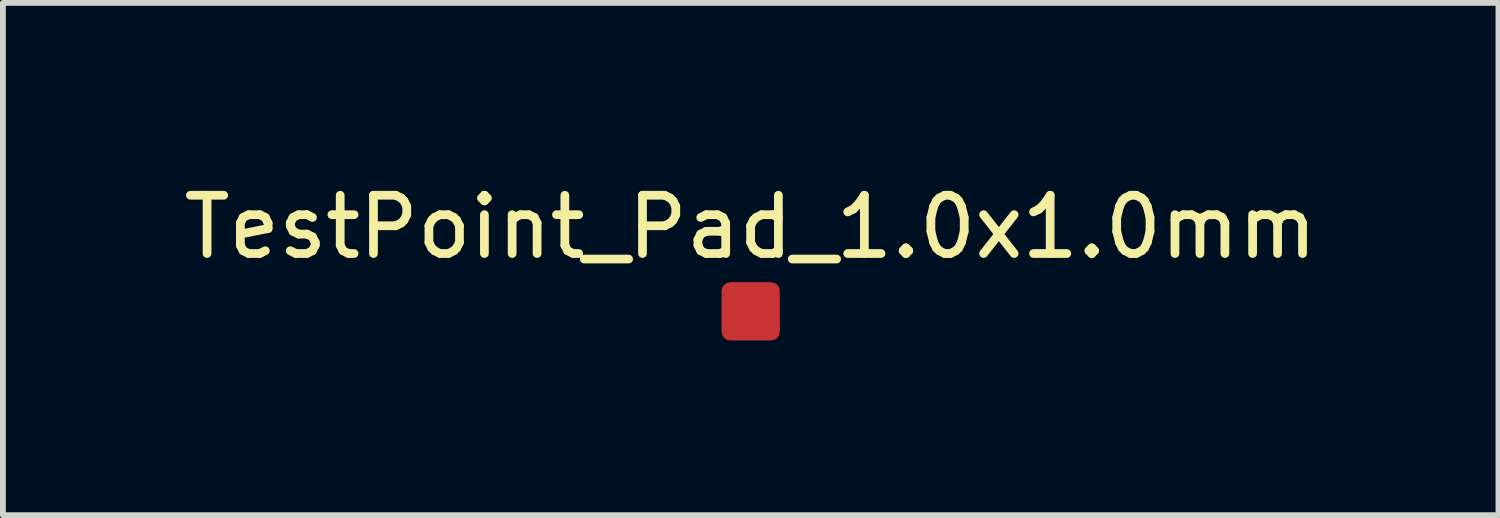
<source format=kicad_pcb>
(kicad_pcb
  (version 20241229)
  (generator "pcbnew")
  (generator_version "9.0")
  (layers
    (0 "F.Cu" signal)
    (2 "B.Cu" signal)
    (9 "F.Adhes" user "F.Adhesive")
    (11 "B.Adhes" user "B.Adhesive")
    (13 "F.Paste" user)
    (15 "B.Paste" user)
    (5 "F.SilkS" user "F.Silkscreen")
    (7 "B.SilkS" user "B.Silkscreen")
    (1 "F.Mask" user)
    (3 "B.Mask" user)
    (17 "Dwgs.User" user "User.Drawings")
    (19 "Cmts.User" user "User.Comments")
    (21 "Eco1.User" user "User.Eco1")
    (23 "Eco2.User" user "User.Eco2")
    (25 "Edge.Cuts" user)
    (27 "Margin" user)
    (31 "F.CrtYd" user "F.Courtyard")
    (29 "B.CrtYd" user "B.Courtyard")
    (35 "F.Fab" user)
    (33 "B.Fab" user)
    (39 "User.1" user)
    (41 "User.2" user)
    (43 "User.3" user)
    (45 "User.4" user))
  (footprint "TestPoint_Pad_1.0x1.0mm"
    (layer "F.Cu")
    (at 9.839 2.296)
    (property "Reference" "TestPoint_Pad_1.0x1.0mm" (at 0 -1.448 0) (layer "F.SilkS") (effects (font (size 1 1) (thickness 0.15))))
    (attr exclude_from_pos_files exclude_from_bom)
    (pad "1" smd roundrect (at 0 0) (size 1 1) (layers "F.Cu" "F.Mask") (roundrect_rratio 0.15)))
  (gr_rect
    (start -3 -3)
    (end 22.679 5.796)
    (stroke (width 0.1) (type default))
    (fill no)
    (layer "Edge.Cuts")))
</source>
